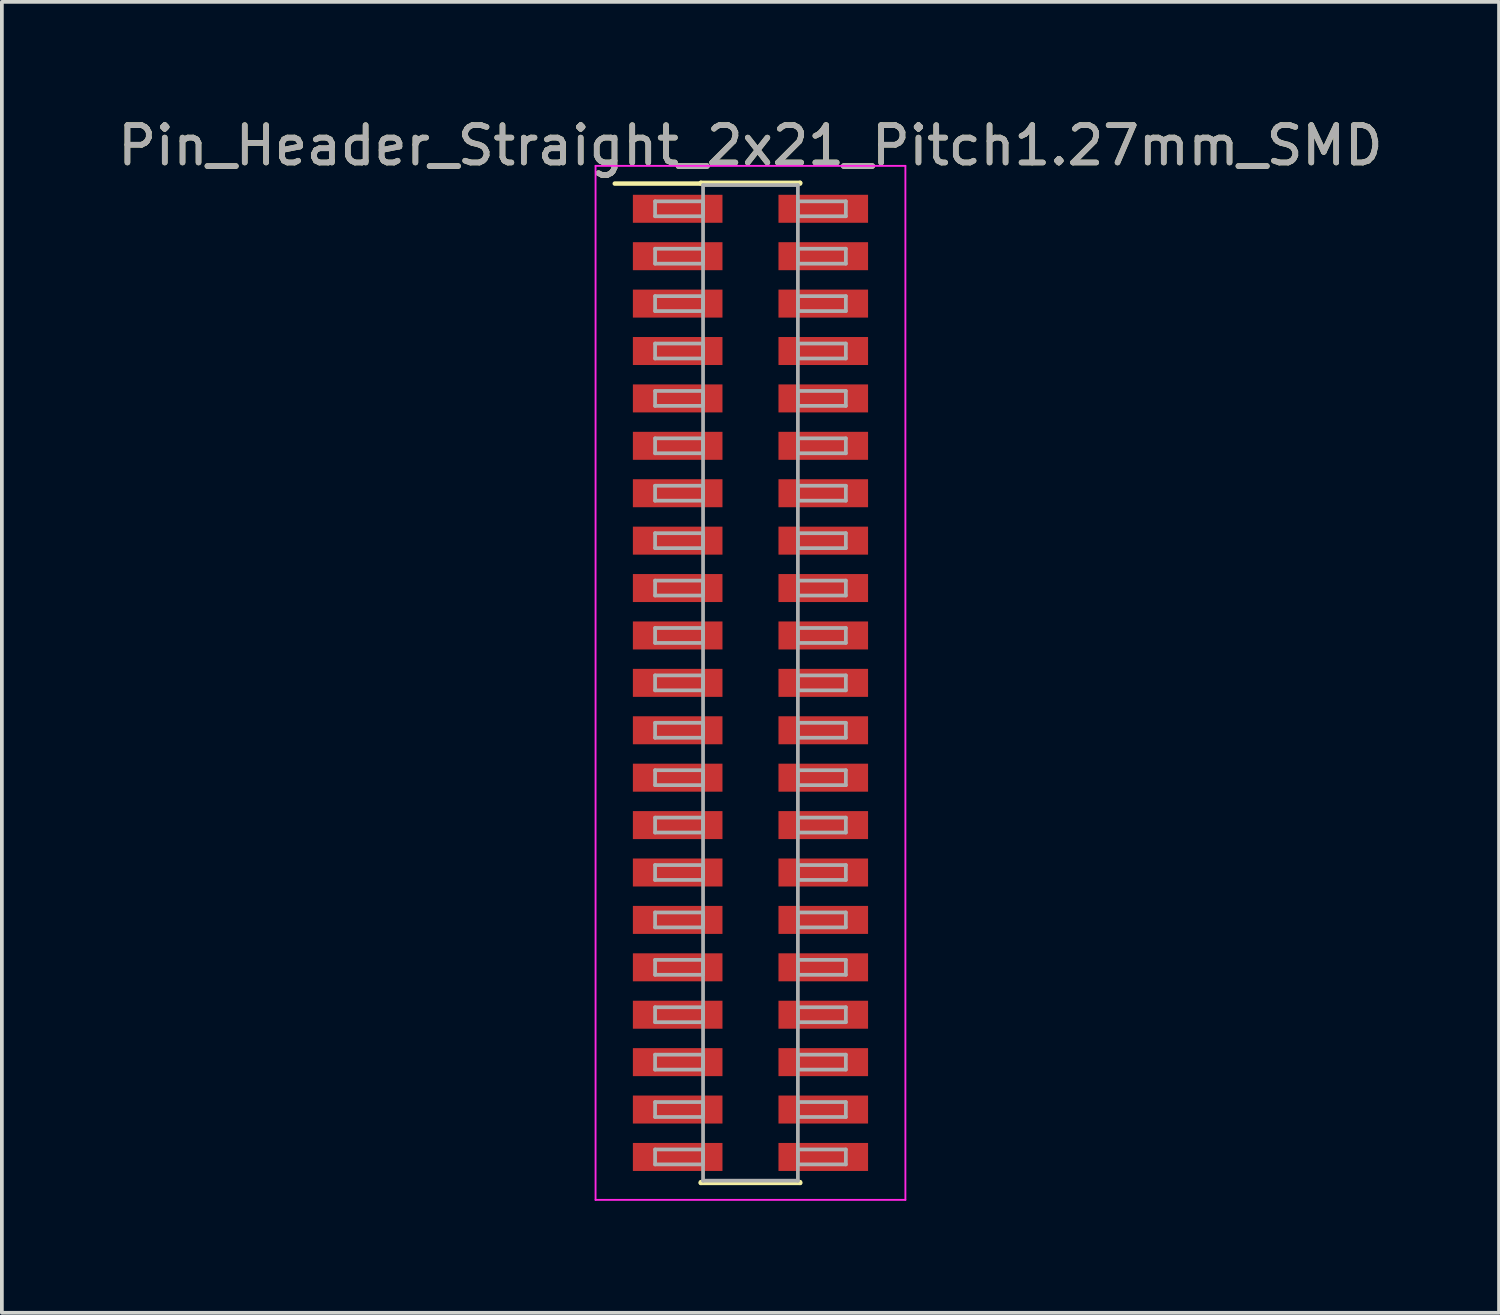
<source format=kicad_pcb>
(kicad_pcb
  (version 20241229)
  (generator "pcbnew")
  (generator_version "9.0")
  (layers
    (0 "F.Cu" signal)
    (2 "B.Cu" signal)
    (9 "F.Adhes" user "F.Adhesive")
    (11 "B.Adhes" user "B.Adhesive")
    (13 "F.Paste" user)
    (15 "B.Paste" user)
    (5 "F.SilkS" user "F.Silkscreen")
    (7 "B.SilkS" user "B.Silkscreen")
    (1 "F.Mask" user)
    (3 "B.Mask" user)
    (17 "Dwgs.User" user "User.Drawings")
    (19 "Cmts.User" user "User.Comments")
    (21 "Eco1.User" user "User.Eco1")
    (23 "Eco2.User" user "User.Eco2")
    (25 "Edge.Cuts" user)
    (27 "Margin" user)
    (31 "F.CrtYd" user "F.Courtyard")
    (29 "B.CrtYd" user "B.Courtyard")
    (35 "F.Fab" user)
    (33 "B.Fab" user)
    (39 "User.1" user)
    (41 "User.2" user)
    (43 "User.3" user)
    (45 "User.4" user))
  (footprint "Pin_Header_Straight_2x21_Pitch1.27mm_SMD"
    (layer "F.Cu")
    (at 17.054 15.243)
    (property "Reference" "Pin_Header_Straight_2x21_Pitch1.27mm_SMD" (at 0 -14.395 0) (layer "F.SilkS") (effects (font (size 1 1) (thickness 0.15))))
    (attr smd)
    (fp_line (start -3.635 -13.375) (end -1.33 -13.375) (stroke (width 0.12) (type solid)) (layer "F.SilkS"))
    (fp_line (start -1.33 -13.395) (end 1.33 -13.395) (stroke (width 0.12) (type solid)) (layer "F.SilkS"))
    (fp_line (start -1.33 -13.375) (end -1.33 -13.395) (stroke (width 0.12) (type solid)) (layer "F.SilkS"))
    (fp_line (start -1.33 13.375) (end -1.33 13.395) (stroke (width 0.12) (type solid)) (layer "F.SilkS"))
    (fp_line (start -1.33 13.395) (end 1.33 13.395) (stroke (width 0.12) (type solid)) (layer "F.SilkS"))
    (fp_line (start 1.33 -13.395) (end 1.33 -13.375) (stroke (width 0.12) (type solid)) (layer "F.SilkS"))
    (fp_line (start 1.33 13.395) (end 1.33 13.375) (stroke (width 0.12) (type solid)) (layer "F.SilkS"))
    (fp_line (start -4.15 -13.85) (end -4.15 13.85) (stroke (width 0.05) (type solid)) (layer "F.CrtYd"))
    (fp_line (start -4.15 13.85) (end 4.15 13.85) (stroke (width 0.05) (type solid)) (layer "F.CrtYd"))
    (fp_line (start 4.15 -13.85) (end -4.15 -13.85) (stroke (width 0.05) (type solid)) (layer "F.CrtYd"))
    (fp_line (start 4.15 13.85) (end 4.15 -13.85) (stroke (width 0.05) (type solid)) (layer "F.CrtYd"))
    (fp_line (start -2.555 -12.9) (end -1.27 -12.9) (stroke (width 0.1) (type solid)) (layer "F.Fab"))
    (fp_line (start -2.555 -12.5) (end -2.555 -12.9) (stroke (width 0.1) (type solid)) (layer "F.Fab"))
    (fp_line (start -2.555 -11.63) (end -1.27 -11.63) (stroke (width 0.1) (type solid)) (layer "F.Fab"))
    (fp_line (start -2.555 -11.23) (end -2.555 -11.63) (stroke (width 0.1) (type solid)) (layer "F.Fab"))
    (fp_line (start -2.555 -10.36) (end -1.27 -10.36) (stroke (width 0.1) (type solid)) (layer "F.Fab"))
    (fp_line (start -2.555 -9.96) (end -2.555 -10.36) (stroke (width 0.1) (type solid)) (layer "F.Fab"))
    (fp_line (start -2.555 -9.09) (end -1.27 -9.09) (stroke (width 0.1) (type solid)) (layer "F.Fab"))
    (fp_line (start -2.555 -8.69) (end -2.555 -9.09) (stroke (width 0.1) (type solid)) (layer "F.Fab"))
    (fp_line (start -2.555 -7.82) (end -1.27 -7.82) (stroke (width 0.1) (type solid)) (layer "F.Fab"))
    (fp_line (start -2.555 -7.42) (end -2.555 -7.82) (stroke (width 0.1) (type solid)) (layer "F.Fab"))
    (fp_line (start -2.555 -6.55) (end -1.27 -6.55) (stroke (width 0.1) (type solid)) (layer "F.Fab"))
    (fp_line (start -2.555 -6.15) (end -2.555 -6.55) (stroke (width 0.1) (type solid)) (layer "F.Fab"))
    (fp_line (start -2.555 -5.28) (end -1.27 -5.28) (stroke (width 0.1) (type solid)) (layer "F.Fab"))
    (fp_line (start -2.555 -4.88) (end -2.555 -5.28) (stroke (width 0.1) (type solid)) (layer "F.Fab"))
    (fp_line (start -2.555 -4.01) (end -1.27 -4.01) (stroke (width 0.1) (type solid)) (layer "F.Fab"))
    (fp_line (start -2.555 -3.61) (end -2.555 -4.01) (stroke (width 0.1) (type solid)) (layer "F.Fab"))
    (fp_line (start -2.555 -2.74) (end -1.27 -2.74) (stroke (width 0.1) (type solid)) (layer "F.Fab"))
    (fp_line (start -2.555 -2.34) (end -2.555 -2.74) (stroke (width 0.1) (type solid)) (layer "F.Fab"))
    (fp_line (start -2.555 -1.47) (end -1.27 -1.47) (stroke (width 0.1) (type solid)) (layer "F.Fab"))
    (fp_line (start -2.555 -1.07) (end -2.555 -1.47) (stroke (width 0.1) (type solid)) (layer "F.Fab"))
    (fp_line (start -2.555 -0.2) (end -1.27 -0.2) (stroke (width 0.1) (type solid)) (layer "F.Fab"))
    (fp_line (start -2.555 0.2) (end -2.555 -0.2) (stroke (width 0.1) (type solid)) (layer "F.Fab"))
    (fp_line (start -2.555 1.07) (end -1.27 1.07) (stroke (width 0.1) (type solid)) (layer "F.Fab"))
    (fp_line (start -2.555 1.47) (end -2.555 1.07) (stroke (width 0.1) (type solid)) (layer "F.Fab"))
    (fp_line (start -2.555 2.34) (end -1.27 2.34) (stroke (width 0.1) (type solid)) (layer "F.Fab"))
    (fp_line (start -2.555 2.74) (end -2.555 2.34) (stroke (width 0.1) (type solid)) (layer "F.Fab"))
    (fp_line (start -2.555 3.61) (end -1.27 3.61) (stroke (width 0.1) (type solid)) (layer "F.Fab"))
    (fp_line (start -2.555 4.01) (end -2.555 3.61) (stroke (width 0.1) (type solid)) (layer "F.Fab"))
    (fp_line (start -2.555 4.88) (end -1.27 4.88) (stroke (width 0.1) (type solid)) (layer "F.Fab"))
    (fp_line (start -2.555 5.28) (end -2.555 4.88) (stroke (width 0.1) (type solid)) (layer "F.Fab"))
    (fp_line (start -2.555 6.15) (end -1.27 6.15) (stroke (width 0.1) (type solid)) (layer "F.Fab"))
    (fp_line (start -2.555 6.55) (end -2.555 6.15) (stroke (width 0.1) (type solid)) (layer "F.Fab"))
    (fp_line (start -2.555 7.42) (end -1.27 7.42) (stroke (width 0.1) (type solid)) (layer "F.Fab"))
    (fp_line (start -2.555 7.82) (end -2.555 7.42) (stroke (width 0.1) (type solid)) (layer "F.Fab"))
    (fp_line (start -2.555 8.69) (end -1.27 8.69) (stroke (width 0.1) (type solid)) (layer "F.Fab"))
    (fp_line (start -2.555 9.09) (end -2.555 8.69) (stroke (width 0.1) (type solid)) (layer "F.Fab"))
    (fp_line (start -2.555 9.96) (end -1.27 9.96) (stroke (width 0.1) (type solid)) (layer "F.Fab"))
    (fp_line (start -2.555 10.36) (end -2.555 9.96) (stroke (width 0.1) (type solid)) (layer "F.Fab"))
    (fp_line (start -2.555 11.23) (end -1.27 11.23) (stroke (width 0.1) (type solid)) (layer "F.Fab"))
    (fp_line (start -2.555 11.63) (end -2.555 11.23) (stroke (width 0.1) (type solid)) (layer "F.Fab"))
    (fp_line (start -2.555 12.5) (end -1.27 12.5) (stroke (width 0.1) (type solid)) (layer "F.Fab"))
    (fp_line (start -2.555 12.9) (end -2.555 12.5) (stroke (width 0.1) (type solid)) (layer "F.Fab"))
    (fp_line (start -1.27 -13.335) (end -1.27 13.335) (stroke (width 0.1) (type solid)) (layer "F.Fab"))
    (fp_line (start -1.27 -12.9) (end -1.27 -12.5) (stroke (width 0.1) (type solid)) (layer "F.Fab"))
    (fp_line (start -1.27 -12.5) (end -2.555 -12.5) (stroke (width 0.1) (type solid)) (layer "F.Fab"))
    (fp_line (start -1.27 -11.63) (end -1.27 -11.23) (stroke (width 0.1) (type solid)) (layer "F.Fab"))
    (fp_line (start -1.27 -11.23) (end -2.555 -11.23) (stroke (width 0.1) (type solid)) (layer "F.Fab"))
    (fp_line (start -1.27 -10.36) (end -1.27 -9.96) (stroke (width 0.1) (type solid)) (layer "F.Fab"))
    (fp_line (start -1.27 -9.96) (end -2.555 -9.96) (stroke (width 0.1) (type solid)) (layer "F.Fab"))
    (fp_line (start -1.27 -9.09) (end -1.27 -8.69) (stroke (width 0.1) (type solid)) (layer "F.Fab"))
    (fp_line (start -1.27 -8.69) (end -2.555 -8.69) (stroke (width 0.1) (type solid)) (layer "F.Fab"))
    (fp_line (start -1.27 -7.82) (end -1.27 -7.42) (stroke (width 0.1) (type solid)) (layer "F.Fab"))
    (fp_line (start -1.27 -7.42) (end -2.555 -7.42) (stroke (width 0.1) (type solid)) (layer "F.Fab"))
    (fp_line (start -1.27 -6.55) (end -1.27 -6.15) (stroke (width 0.1) (type solid)) (layer "F.Fab"))
    (fp_line (start -1.27 -6.15) (end -2.555 -6.15) (stroke (width 0.1) (type solid)) (layer "F.Fab"))
    (fp_line (start -1.27 -5.28) (end -1.27 -4.88) (stroke (width 0.1) (type solid)) (layer "F.Fab"))
    (fp_line (start -1.27 -4.88) (end -2.555 -4.88) (stroke (width 0.1) (type solid)) (layer "F.Fab"))
    (fp_line (start -1.27 -4.01) (end -1.27 -3.61) (stroke (width 0.1) (type solid)) (layer "F.Fab"))
    (fp_line (start -1.27 -3.61) (end -2.555 -3.61) (stroke (width 0.1) (type solid)) (layer "F.Fab"))
    (fp_line (start -1.27 -2.74) (end -1.27 -2.34) (stroke (width 0.1) (type solid)) (layer "F.Fab"))
    (fp_line (start -1.27 -2.34) (end -2.555 -2.34) (stroke (width 0.1) (type solid)) (layer "F.Fab"))
    (fp_line (start -1.27 -1.47) (end -1.27 -1.07) (stroke (width 0.1) (type solid)) (layer "F.Fab"))
    (fp_line (start -1.27 -1.07) (end -2.555 -1.07) (stroke (width 0.1) (type solid)) (layer "F.Fab"))
    (fp_line (start -1.27 -0.2) (end -1.27 0.2) (stroke (width 0.1) (type solid)) (layer "F.Fab"))
    (fp_line (start -1.27 0.2) (end -2.555 0.2) (stroke (width 0.1) (type solid)) (layer "F.Fab"))
    (fp_line (start -1.27 1.07) (end -1.27 1.47) (stroke (width 0.1) (type solid)) (layer "F.Fab"))
    (fp_line (start -1.27 1.47) (end -2.555 1.47) (stroke (width 0.1) (type solid)) (layer "F.Fab"))
    (fp_line (start -1.27 2.34) (end -1.27 2.74) (stroke (width 0.1) (type solid)) (layer "F.Fab"))
    (fp_line (start -1.27 2.74) (end -2.555 2.74) (stroke (width 0.1) (type solid)) (layer "F.Fab"))
    (fp_line (start -1.27 3.61) (end -1.27 4.01) (stroke (width 0.1) (type solid)) (layer "F.Fab"))
    (fp_line (start -1.27 4.01) (end -2.555 4.01) (stroke (width 0.1) (type solid)) (layer "F.Fab"))
    (fp_line (start -1.27 4.88) (end -1.27 5.28) (stroke (width 0.1) (type solid)) (layer "F.Fab"))
    (fp_line (start -1.27 5.28) (end -2.555 5.28) (stroke (width 0.1) (type solid)) (layer "F.Fab"))
    (fp_line (start -1.27 6.15) (end -1.27 6.55) (stroke (width 0.1) (type solid)) (layer "F.Fab"))
    (fp_line (start -1.27 6.55) (end -2.555 6.55) (stroke (width 0.1) (type solid)) (layer "F.Fab"))
    (fp_line (start -1.27 7.42) (end -1.27 7.82) (stroke (width 0.1) (type solid)) (layer "F.Fab"))
    (fp_line (start -1.27 7.82) (end -2.555 7.82) (stroke (width 0.1) (type solid)) (layer "F.Fab"))
    (fp_line (start -1.27 8.69) (end -1.27 9.09) (stroke (width 0.1) (type solid)) (layer "F.Fab"))
    (fp_line (start -1.27 9.09) (end -2.555 9.09) (stroke (width 0.1) (type solid)) (layer "F.Fab"))
    (fp_line (start -1.27 9.96) (end -1.27 10.36) (stroke (width 0.1) (type solid)) (layer "F.Fab"))
    (fp_line (start -1.27 10.36) (end -2.555 10.36) (stroke (width 0.1) (type solid)) (layer "F.Fab"))
    (fp_line (start -1.27 11.23) (end -1.27 11.63) (stroke (width 0.1) (type solid)) (layer "F.Fab"))
    (fp_line (start -1.27 11.63) (end -2.555 11.63) (stroke (width 0.1) (type solid)) (layer "F.Fab"))
    (fp_line (start -1.27 12.5) (end -1.27 12.9) (stroke (width 0.1) (type solid)) (layer "F.Fab"))
    (fp_line (start -1.27 12.9) (end -2.555 12.9) (stroke (width 0.1) (type solid)) (layer "F.Fab"))
    (fp_line (start -1.27 13.335) (end 1.27 13.335) (stroke (width 0.1) (type solid)) (layer "F.Fab"))
    (fp_line (start 1.27 -13.335) (end -1.27 -13.335) (stroke (width 0.1) (type solid)) (layer "F.Fab"))
    (fp_line (start 1.27 -12.9) (end 1.27 -12.5) (stroke (width 0.1) (type solid)) (layer "F.Fab"))
    (fp_line (start 1.27 -12.5) (end 2.555 -12.5) (stroke (width 0.1) (type solid)) (layer "F.Fab"))
    (fp_line (start 1.27 -11.63) (end 1.27 -11.23) (stroke (width 0.1) (type solid)) (layer "F.Fab"))
    (fp_line (start 1.27 -11.23) (end 2.555 -11.23) (stroke (width 0.1) (type solid)) (layer "F.Fab"))
    (fp_line (start 1.27 -10.36) (end 1.27 -9.96) (stroke (width 0.1) (type solid)) (layer "F.Fab"))
    (fp_line (start 1.27 -9.96) (end 2.555 -9.96) (stroke (width 0.1) (type solid)) (layer "F.Fab"))
    (fp_line (start 1.27 -9.09) (end 1.27 -8.69) (stroke (width 0.1) (type solid)) (layer "F.Fab"))
    (fp_line (start 1.27 -8.69) (end 2.555 -8.69) (stroke (width 0.1) (type solid)) (layer "F.Fab"))
    (fp_line (start 1.27 -7.82) (end 1.27 -7.42) (stroke (width 0.1) (type solid)) (layer "F.Fab"))
    (fp_line (start 1.27 -7.42) (end 2.555 -7.42) (stroke (width 0.1) (type solid)) (layer "F.Fab"))
    (fp_line (start 1.27 -6.55) (end 1.27 -6.15) (stroke (width 0.1) (type solid)) (layer "F.Fab"))
    (fp_line (start 1.27 -6.15) (end 2.555 -6.15) (stroke (width 0.1) (type solid)) (layer "F.Fab"))
    (fp_line (start 1.27 -5.28) (end 1.27 -4.88) (stroke (width 0.1) (type solid)) (layer "F.Fab"))
    (fp_line (start 1.27 -4.88) (end 2.555 -4.88) (stroke (width 0.1) (type solid)) (layer "F.Fab"))
    (fp_line (start 1.27 -4.01) (end 1.27 -3.61) (stroke (width 0.1) (type solid)) (layer "F.Fab"))
    (fp_line (start 1.27 -3.61) (end 2.555 -3.61) (stroke (width 0.1) (type solid)) (layer "F.Fab"))
    (fp_line (start 1.27 -2.74) (end 1.27 -2.34) (stroke (width 0.1) (type solid)) (layer "F.Fab"))
    (fp_line (start 1.27 -2.34) (end 2.555 -2.34) (stroke (width 0.1) (type solid)) (layer "F.Fab"))
    (fp_line (start 1.27 -1.47) (end 1.27 -1.07) (stroke (width 0.1) (type solid)) (layer "F.Fab"))
    (fp_line (start 1.27 -1.07) (end 2.555 -1.07) (stroke (width 0.1) (type solid)) (layer "F.Fab"))
    (fp_line (start 1.27 -0.2) (end 1.27 0.2) (stroke (width 0.1) (type solid)) (layer "F.Fab"))
    (fp_line (start 1.27 0.2) (end 2.555 0.2) (stroke (width 0.1) (type solid)) (layer "F.Fab"))
    (fp_line (start 1.27 1.07) (end 1.27 1.47) (stroke (width 0.1) (type solid)) (layer "F.Fab"))
    (fp_line (start 1.27 1.47) (end 2.555 1.47) (stroke (width 0.1) (type solid)) (layer "F.Fab"))
    (fp_line (start 1.27 2.34) (end 1.27 2.74) (stroke (width 0.1) (type solid)) (layer "F.Fab"))
    (fp_line (start 1.27 2.74) (end 2.555 2.74) (stroke (width 0.1) (type solid)) (layer "F.Fab"))
    (fp_line (start 1.27 3.61) (end 1.27 4.01) (stroke (width 0.1) (type solid)) (layer "F.Fab"))
    (fp_line (start 1.27 4.01) (end 2.555 4.01) (stroke (width 0.1) (type solid)) (layer "F.Fab"))
    (fp_line (start 1.27 4.88) (end 1.27 5.28) (stroke (width 0.1) (type solid)) (layer "F.Fab"))
    (fp_line (start 1.27 5.28) (end 2.555 5.28) (stroke (width 0.1) (type solid)) (layer "F.Fab"))
    (fp_line (start 1.27 6.15) (end 1.27 6.55) (stroke (width 0.1) (type solid)) (layer "F.Fab"))
    (fp_line (start 1.27 6.55) (end 2.555 6.55) (stroke (width 0.1) (type solid)) (layer "F.Fab"))
    (fp_line (start 1.27 7.42) (end 1.27 7.82) (stroke (width 0.1) (type solid)) (layer "F.Fab"))
    (fp_line (start 1.27 7.82) (end 2.555 7.82) (stroke (width 0.1) (type solid)) (layer "F.Fab"))
    (fp_line (start 1.27 8.69) (end 1.27 9.09) (stroke (width 0.1) (type solid)) (layer "F.Fab"))
    (fp_line (start 1.27 9.09) (end 2.555 9.09) (stroke (width 0.1) (type solid)) (layer "F.Fab"))
    (fp_line (start 1.27 9.96) (end 1.27 10.36) (stroke (width 0.1) (type solid)) (layer "F.Fab"))
    (fp_line (start 1.27 10.36) (end 2.555 10.36) (stroke (width 0.1) (type solid)) (layer "F.Fab"))
    (fp_line (start 1.27 11.23) (end 1.27 11.63) (stroke (width 0.1) (type solid)) (layer "F.Fab"))
    (fp_line (start 1.27 11.63) (end 2.555 11.63) (stroke (width 0.1) (type solid)) (layer "F.Fab"))
    (fp_line (start 1.27 12.5) (end 1.27 12.9) (stroke (width 0.1) (type solid)) (layer "F.Fab"))
    (fp_line (start 1.27 12.9) (end 2.555 12.9) (stroke (width 0.1) (type solid)) (layer "F.Fab"))
    (fp_line (start 1.27 13.335) (end 1.27 -13.335) (stroke (width 0.1) (type solid)) (layer "F.Fab"))
    (fp_line (start 2.555 -12.9) (end 1.27 -12.9) (stroke (width 0.1) (type solid)) (layer "F.Fab"))
    (fp_line (start 2.555 -12.5) (end 2.555 -12.9) (stroke (width 0.1) (type solid)) (layer "F.Fab"))
    (fp_line (start 2.555 -11.63) (end 1.27 -11.63) (stroke (width 0.1) (type solid)) (layer "F.Fab"))
    (fp_line (start 2.555 -11.23) (end 2.555 -11.63) (stroke (width 0.1) (type solid)) (layer "F.Fab"))
    (fp_line (start 2.555 -10.36) (end 1.27 -10.36) (stroke (width 0.1) (type solid)) (layer "F.Fab"))
    (fp_line (start 2.555 -9.96) (end 2.555 -10.36) (stroke (width 0.1) (type solid)) (layer "F.Fab"))
    (fp_line (start 2.555 -9.09) (end 1.27 -9.09) (stroke (width 0.1) (type solid)) (layer "F.Fab"))
    (fp_line (start 2.555 -8.69) (end 2.555 -9.09) (stroke (width 0.1) (type solid)) (layer "F.Fab"))
    (fp_line (start 2.555 -7.82) (end 1.27 -7.82) (stroke (width 0.1) (type solid)) (layer "F.Fab"))
    (fp_line (start 2.555 -7.42) (end 2.555 -7.82) (stroke (width 0.1) (type solid)) (layer "F.Fab"))
    (fp_line (start 2.555 -6.55) (end 1.27 -6.55) (stroke (width 0.1) (type solid)) (layer "F.Fab"))
    (fp_line (start 2.555 -6.15) (end 2.555 -6.55) (stroke (width 0.1) (type solid)) (layer "F.Fab"))
    (fp_line (start 2.555 -5.28) (end 1.27 -5.28) (stroke (width 0.1) (type solid)) (layer "F.Fab"))
    (fp_line (start 2.555 -4.88) (end 2.555 -5.28) (stroke (width 0.1) (type solid)) (layer "F.Fab"))
    (fp_line (start 2.555 -4.01) (end 1.27 -4.01) (stroke (width 0.1) (type solid)) (layer "F.Fab"))
    (fp_line (start 2.555 -3.61) (end 2.555 -4.01) (stroke (width 0.1) (type solid)) (layer "F.Fab"))
    (fp_line (start 2.555 -2.74) (end 1.27 -2.74) (stroke (width 0.1) (type solid)) (layer "F.Fab"))
    (fp_line (start 2.555 -2.34) (end 2.555 -2.74) (stroke (width 0.1) (type solid)) (layer "F.Fab"))
    (fp_line (start 2.555 -1.47) (end 1.27 -1.47) (stroke (width 0.1) (type solid)) (layer "F.Fab"))
    (fp_line (start 2.555 -1.07) (end 2.555 -1.47) (stroke (width 0.1) (type solid)) (layer "F.Fab"))
    (fp_line (start 2.555 -0.2) (end 1.27 -0.2) (stroke (width 0.1) (type solid)) (layer "F.Fab"))
    (fp_line (start 2.555 0.2) (end 2.555 -0.2) (stroke (width 0.1) (type solid)) (layer "F.Fab"))
    (fp_line (start 2.555 1.07) (end 1.27 1.07) (stroke (width 0.1) (type solid)) (layer "F.Fab"))
    (fp_line (start 2.555 1.47) (end 2.555 1.07) (stroke (width 0.1) (type solid)) (layer "F.Fab"))
    (fp_line (start 2.555 2.34) (end 1.27 2.34) (stroke (width 0.1) (type solid)) (layer "F.Fab"))
    (fp_line (start 2.555 2.74) (end 2.555 2.34) (stroke (width 0.1) (type solid)) (layer "F.Fab"))
    (fp_line (start 2.555 3.61) (end 1.27 3.61) (stroke (width 0.1) (type solid)) (layer "F.Fab"))
    (fp_line (start 2.555 4.01) (end 2.555 3.61) (stroke (width 0.1) (type solid)) (layer "F.Fab"))
    (fp_line (start 2.555 4.88) (end 1.27 4.88) (stroke (width 0.1) (type solid)) (layer "F.Fab"))
    (fp_line (start 2.555 5.28) (end 2.555 4.88) (stroke (width 0.1) (type solid)) (layer "F.Fab"))
    (fp_line (start 2.555 6.15) (end 1.27 6.15) (stroke (width 0.1) (type solid)) (layer "F.Fab"))
    (fp_line (start 2.555 6.55) (end 2.555 6.15) (stroke (width 0.1) (type solid)) (layer "F.Fab"))
    (fp_line (start 2.555 7.42) (end 1.27 7.42) (stroke (width 0.1) (type solid)) (layer "F.Fab"))
    (fp_line (start 2.555 7.82) (end 2.555 7.42) (stroke (width 0.1) (type solid)) (layer "F.Fab"))
    (fp_line (start 2.555 8.69) (end 1.27 8.69) (stroke (width 0.1) (type solid)) (layer "F.Fab"))
    (fp_line (start 2.555 9.09) (end 2.555 8.69) (stroke (width 0.1) (type solid)) (layer "F.Fab"))
    (fp_line (start 2.555 9.96) (end 1.27 9.96) (stroke (width 0.1) (type solid)) (layer "F.Fab"))
    (fp_line (start 2.555 10.36) (end 2.555 9.96) (stroke (width 0.1) (type solid)) (layer "F.Fab"))
    (fp_line (start 2.555 11.23) (end 1.27 11.23) (stroke (width 0.1) (type solid)) (layer "F.Fab"))
    (fp_line (start 2.555 11.63) (end 2.555 11.23) (stroke (width 0.1) (type solid)) (layer "F.Fab"))
    (fp_line (start 2.555 12.5) (end 1.27 12.5) (stroke (width 0.1) (type solid)) (layer "F.Fab"))
    (fp_line (start 2.555 12.9) (end 2.555 12.5) (stroke (width 0.1) (type solid)) (layer "F.Fab"))
    (fp_text user "${REFERENCE}" (at 0 -14.395 0) (layer "F.Fab") (effects (font (size 1 1) (thickness 0.15))))
    (pad "1" smd rect (at -1.95 -12.7) (size 2.4 0.75) (layers "F.Cu" "F.Mask" "F.Paste"))
    (pad "2" smd rect (at 1.95 -12.7) (size 2.4 0.75) (layers "F.Cu" "F.Mask" "F.Paste"))
    (pad "3" smd rect (at -1.95 -11.43) (size 2.4 0.75) (layers "F.Cu" "F.Mask" "F.Paste"))
    (pad "4" smd rect (at 1.95 -11.43) (size 2.4 0.75) (layers "F.Cu" "F.Mask" "F.Paste"))
    (pad "5" smd rect (at -1.95 -10.16) (size 2.4 0.75) (layers "F.Cu" "F.Mask" "F.Paste"))
    (pad "6" smd rect (at 1.95 -10.16) (size 2.4 0.75) (layers "F.Cu" "F.Mask" "F.Paste"))
    (pad "7" smd rect (at -1.95 -8.89) (size 2.4 0.75) (layers "F.Cu" "F.Mask" "F.Paste"))
    (pad "8" smd rect (at 1.95 -8.89) (size 2.4 0.75) (layers "F.Cu" "F.Mask" "F.Paste"))
    (pad "9" smd rect (at -1.95 -7.62) (size 2.4 0.75) (layers "F.Cu" "F.Mask" "F.Paste"))
    (pad "10" smd rect (at 1.95 -7.62) (size 2.4 0.75) (layers "F.Cu" "F.Mask" "F.Paste"))
    (pad "11" smd rect (at -1.95 -6.35) (size 2.4 0.75) (layers "F.Cu" "F.Mask" "F.Paste"))
    (pad "12" smd rect (at 1.95 -6.35) (size 2.4 0.75) (layers "F.Cu" "F.Mask" "F.Paste"))
    (pad "13" smd rect (at -1.95 -5.08) (size 2.4 0.75) (layers "F.Cu" "F.Mask" "F.Paste"))
    (pad "14" smd rect (at 1.95 -5.08) (size 2.4 0.75) (layers "F.Cu" "F.Mask" "F.Paste"))
    (pad "15" smd rect (at -1.95 -3.81) (size 2.4 0.75) (layers "F.Cu" "F.Mask" "F.Paste"))
    (pad "16" smd rect (at 1.95 -3.81) (size 2.4 0.75) (layers "F.Cu" "F.Mask" "F.Paste"))
    (pad "17" smd rect (at -1.95 -2.54) (size 2.4 0.75) (layers "F.Cu" "F.Mask" "F.Paste"))
    (pad "18" smd rect (at 1.95 -2.54) (size 2.4 0.75) (layers "F.Cu" "F.Mask" "F.Paste"))
    (pad "19" smd rect (at -1.95 -1.27) (size 2.4 0.75) (layers "F.Cu" "F.Mask" "F.Paste"))
    (pad "20" smd rect (at 1.95 -1.27) (size 2.4 0.75) (layers "F.Cu" "F.Mask" "F.Paste"))
    (pad "21" smd rect (at -1.95 0) (size 2.4 0.75) (layers "F.Cu" "F.Mask" "F.Paste"))
    (pad "22" smd rect (at 1.95 0) (size 2.4 0.75) (layers "F.Cu" "F.Mask" "F.Paste"))
    (pad "23" smd rect (at -1.95 1.27) (size 2.4 0.75) (layers "F.Cu" "F.Mask" "F.Paste"))
    (pad "24" smd rect (at 1.95 1.27) (size 2.4 0.75) (layers "F.Cu" "F.Mask" "F.Paste"))
    (pad "25" smd rect (at -1.95 2.54) (size 2.4 0.75) (layers "F.Cu" "F.Mask" "F.Paste"))
    (pad "26" smd rect (at 1.95 2.54) (size 2.4 0.75) (layers "F.Cu" "F.Mask" "F.Paste"))
    (pad "27" smd rect (at -1.95 3.81) (size 2.4 0.75) (layers "F.Cu" "F.Mask" "F.Paste"))
    (pad "28" smd rect (at 1.95 3.81) (size 2.4 0.75) (layers "F.Cu" "F.Mask" "F.Paste"))
    (pad "29" smd rect (at -1.95 5.08) (size 2.4 0.75) (layers "F.Cu" "F.Mask" "F.Paste"))
    (pad "30" smd rect (at 1.95 5.08) (size 2.4 0.75) (layers "F.Cu" "F.Mask" "F.Paste"))
    (pad "31" smd rect (at -1.95 6.35) (size 2.4 0.75) (layers "F.Cu" "F.Mask" "F.Paste"))
    (pad "32" smd rect (at 1.95 6.35) (size 2.4 0.75) (layers "F.Cu" "F.Mask" "F.Paste"))
    (pad "33" smd rect (at -1.95 7.62) (size 2.4 0.75) (layers "F.Cu" "F.Mask" "F.Paste"))
    (pad "34" smd rect (at 1.95 7.62) (size 2.4 0.75) (layers "F.Cu" "F.Mask" "F.Paste"))
    (pad "35" smd rect (at -1.95 8.89) (size 2.4 0.75) (layers "F.Cu" "F.Mask" "F.Paste"))
    (pad "36" smd rect (at 1.95 8.89) (size 2.4 0.75) (layers "F.Cu" "F.Mask" "F.Paste"))
    (pad "37" smd rect (at -1.95 10.16) (size 2.4 0.75) (layers "F.Cu" "F.Mask" "F.Paste"))
    (pad "38" smd rect (at 1.95 10.16) (size 2.4 0.75) (layers "F.Cu" "F.Mask" "F.Paste"))
    (pad "39" smd rect (at -1.95 11.43) (size 2.4 0.75) (layers "F.Cu" "F.Mask" "F.Paste"))
    (pad "40" smd rect (at 1.95 11.43) (size 2.4 0.75) (layers "F.Cu" "F.Mask" "F.Paste"))
    (pad "41" smd rect (at -1.95 12.7) (size 2.4 0.75) (layers "F.Cu" "F.Mask" "F.Paste"))
    (pad "42" smd rect (at 1.95 12.7) (size 2.4 0.75) (layers "F.Cu" "F.Mask" "F.Paste")))
  (gr_rect
    (start -3 -3)
    (end 37.107 32.118)
    (stroke (width 0.1) (type default))
    (fill no)
    (layer "Edge.Cuts")))
</source>
